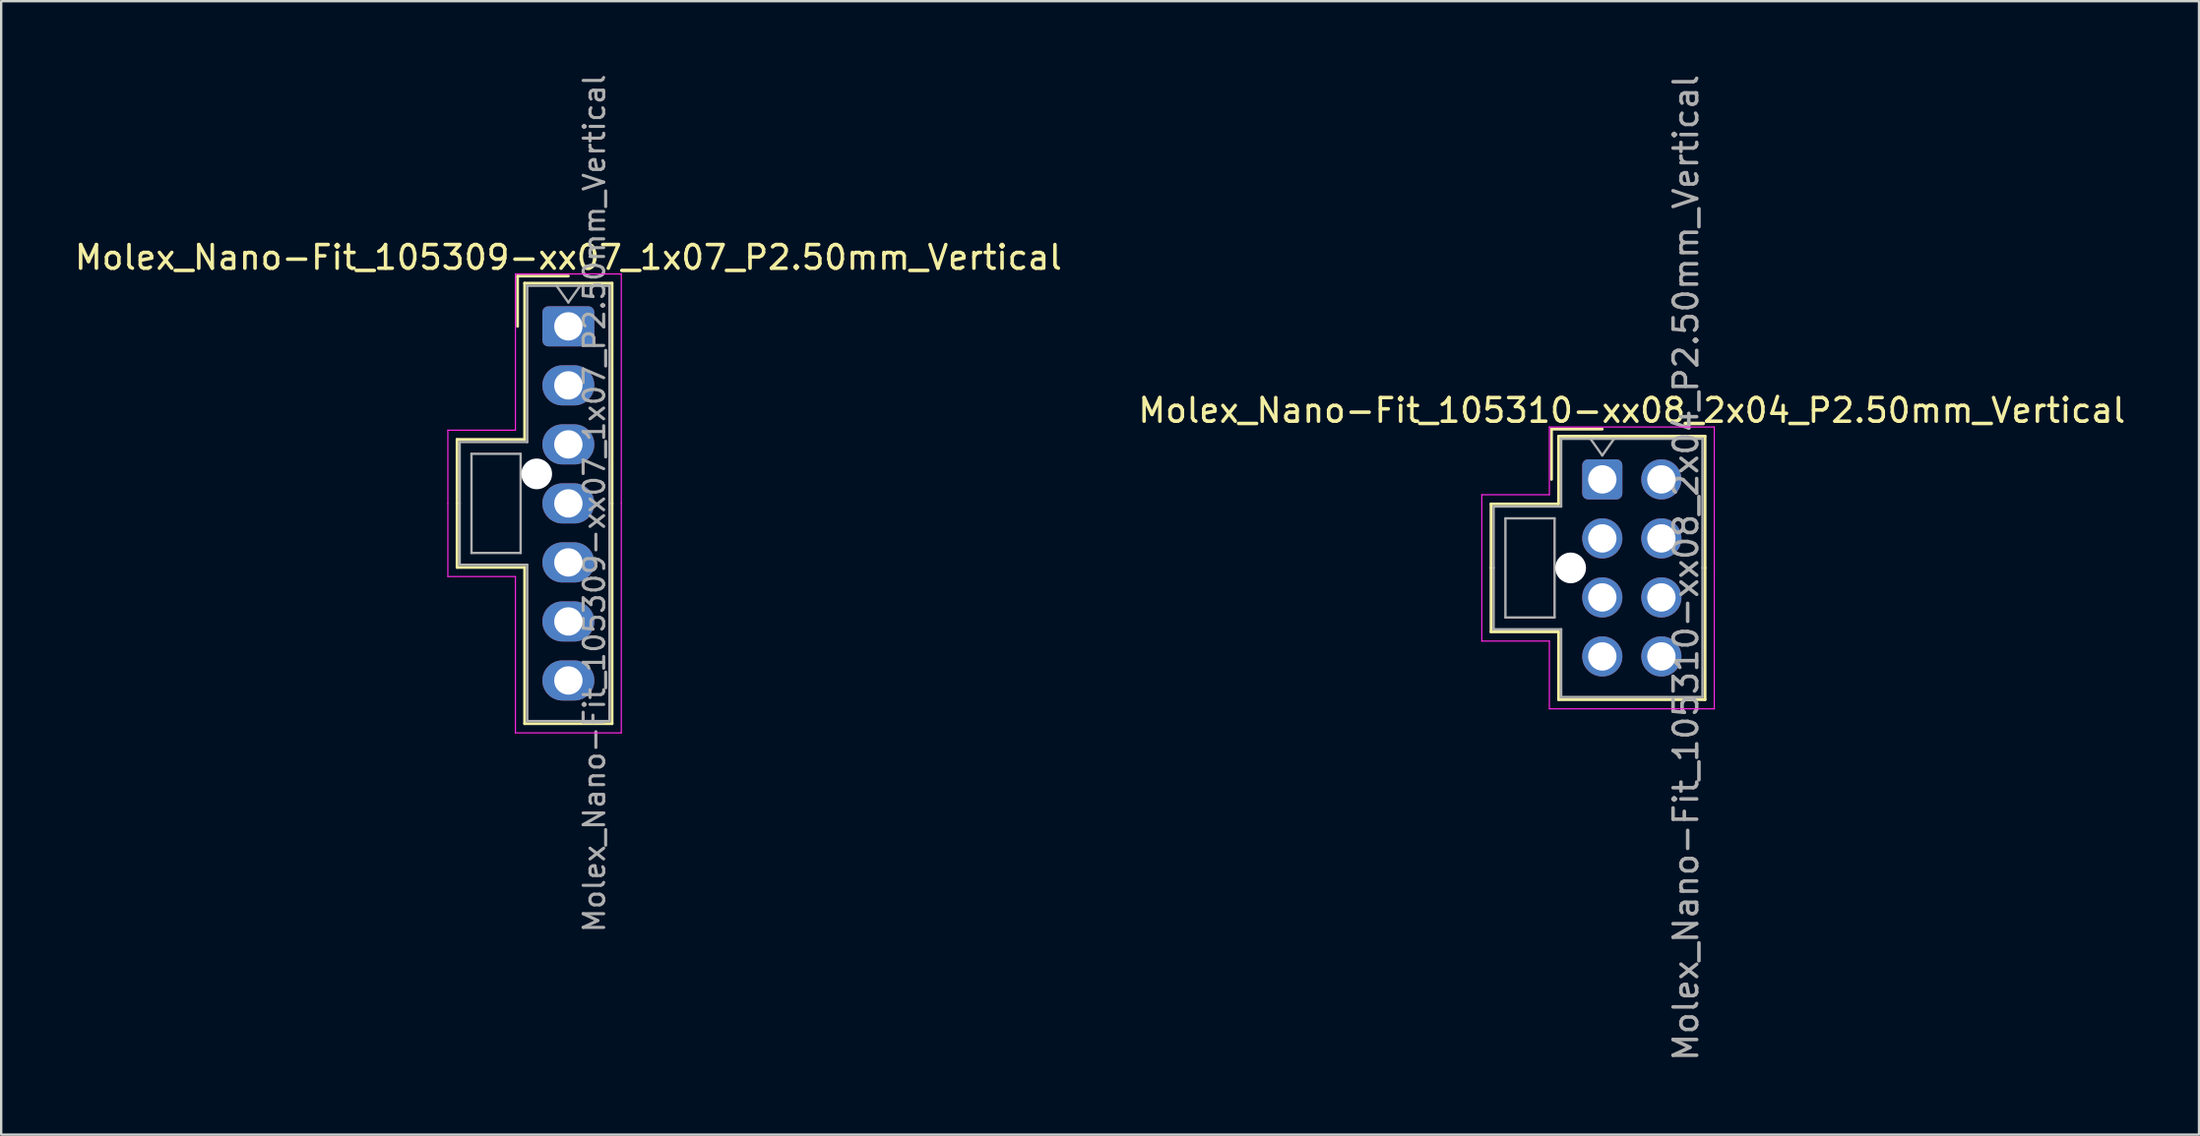
<source format=kicad_pcb>
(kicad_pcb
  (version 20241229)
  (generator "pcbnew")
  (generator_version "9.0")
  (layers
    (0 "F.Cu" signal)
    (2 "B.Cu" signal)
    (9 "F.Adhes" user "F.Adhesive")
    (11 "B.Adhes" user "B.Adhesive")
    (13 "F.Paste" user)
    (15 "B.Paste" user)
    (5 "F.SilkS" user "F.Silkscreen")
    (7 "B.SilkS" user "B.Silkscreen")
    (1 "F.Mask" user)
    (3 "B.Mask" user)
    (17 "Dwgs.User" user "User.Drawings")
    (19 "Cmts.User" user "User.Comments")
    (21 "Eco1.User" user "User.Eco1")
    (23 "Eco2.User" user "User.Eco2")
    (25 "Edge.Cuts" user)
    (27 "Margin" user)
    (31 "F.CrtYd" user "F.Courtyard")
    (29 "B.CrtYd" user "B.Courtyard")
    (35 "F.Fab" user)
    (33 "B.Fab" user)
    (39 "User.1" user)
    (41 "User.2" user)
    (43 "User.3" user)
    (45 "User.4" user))
  (footprint "Molex_Nano-Fit_105309-xx07_1x07_P2.50mm_Vertical"
    (layer "F.Cu")
    (at 21.006 10.774)
    (property "Reference" "Molex_Nano-Fit_105309-xx07_1x07_P2.50mm_Vertical" (at 0 -2.92 0) (layer "F.SilkS") (effects (font (size 1 1) (thickness 0.15))))
    (attr through_hole)
    (fp_line (start -4.71 4.79) (end -4.71 7.5) (stroke (width 0.12) (type solid)) (layer "F.SilkS"))
    (fp_line (start -4.71 10.21) (end -4.71 7.5) (stroke (width 0.12) (type solid)) (layer "F.SilkS"))
    (fp_line (start -2.15 -2.13) (end -2.15 0) (stroke (width 0.12) (type solid)) (layer "F.SilkS"))
    (fp_line (start -1.85 -1.83) (end -1.85 4.79) (stroke (width 0.12) (type solid)) (layer "F.SilkS"))
    (fp_line (start -1.85 4.79) (end -4.71 4.79) (stroke (width 0.12) (type solid)) (layer "F.SilkS"))
    (fp_line (start -1.85 10.21) (end -4.71 10.21) (stroke (width 0.12) (type solid)) (layer "F.SilkS"))
    (fp_line (start -1.85 16.83) (end -1.85 10.21) (stroke (width 0.12) (type solid)) (layer "F.SilkS"))
    (fp_line (start 0 -2.13) (end -2.15 -2.13) (stroke (width 0.12) (type solid)) (layer "F.SilkS"))
    (fp_line (start 1.85 -1.83) (end -1.85 -1.83) (stroke (width 0.12) (type solid)) (layer "F.SilkS"))
    (fp_line (start 1.85 7.5) (end 1.85 -1.83) (stroke (width 0.12) (type solid)) (layer "F.SilkS"))
    (fp_line (start 1.85 7.5) (end 1.85 16.83) (stroke (width 0.12) (type solid)) (layer "F.SilkS"))
    (fp_line (start 1.85 16.83) (end -1.85 16.83) (stroke (width 0.12) (type solid)) (layer "F.SilkS"))
    (fp_line (start -5.1 4.4) (end -5.1 7.5) (stroke (width 0.05) (type solid)) (layer "F.CrtYd"))
    (fp_line (start -5.1 10.6) (end -5.1 7.5) (stroke (width 0.05) (type solid)) (layer "F.CrtYd"))
    (fp_line (start -2.24 -2.22) (end -2.24 4.4) (stroke (width 0.05) (type solid)) (layer "F.CrtYd"))
    (fp_line (start -2.24 4.4) (end -5.1 4.4) (stroke (width 0.05) (type solid)) (layer "F.CrtYd"))
    (fp_line (start -2.24 10.6) (end -5.1 10.6) (stroke (width 0.05) (type solid)) (layer "F.CrtYd"))
    (fp_line (start -2.24 17.22) (end -2.24 10.6) (stroke (width 0.05) (type solid)) (layer "F.CrtYd"))
    (fp_line (start 2.24 -2.22) (end -2.24 -2.22) (stroke (width 0.05) (type solid)) (layer "F.CrtYd"))
    (fp_line (start 2.24 7.5) (end 2.24 -2.22) (stroke (width 0.05) (type solid)) (layer "F.CrtYd"))
    (fp_line (start 2.24 7.5) (end 2.24 17.22) (stroke (width 0.05) (type solid)) (layer "F.CrtYd"))
    (fp_line (start 2.24 17.22) (end -2.24 17.22) (stroke (width 0.05) (type solid)) (layer "F.CrtYd"))
    (fp_line (start -4.6 4.9) (end -4.6 7.5) (stroke (width 0.1) (type solid)) (layer "F.Fab"))
    (fp_line (start -4.6 10.1) (end -4.6 7.5) (stroke (width 0.1) (type solid)) (layer "F.Fab"))
    (fp_line (start -4.1 5.4) (end -4.1 9.6) (stroke (width 0.1) (type solid)) (layer "F.Fab"))
    (fp_line (start -4.1 9.6) (end -2.02 9.6) (stroke (width 0.1) (type solid)) (layer "F.Fab"))
    (fp_line (start -2.02 5.4) (end -4.1 5.4) (stroke (width 0.1) (type solid)) (layer "F.Fab"))
    (fp_line (start -2.02 9.6) (end -2.02 5.4) (stroke (width 0.1) (type solid)) (layer "F.Fab"))
    (fp_line (start -1.74 -1.72) (end -1.74 4.9) (stroke (width 0.1) (type solid)) (layer "F.Fab"))
    (fp_line (start -1.74 4.9) (end -4.6 4.9) (stroke (width 0.1) (type solid)) (layer "F.Fab"))
    (fp_line (start -1.74 10.1) (end -4.6 10.1) (stroke (width 0.1) (type solid)) (layer "F.Fab"))
    (fp_line (start -1.74 16.72) (end -1.74 10.1) (stroke (width 0.1) (type solid)) (layer "F.Fab"))
    (fp_line (start -0.5 -1.72) (end 0 -1.013) (stroke (width 0.1) (type solid)) (layer "F.Fab"))
    (fp_line (start 0 -1.013) (end 0.5 -1.72) (stroke (width 0.1) (type solid)) (layer "F.Fab"))
    (fp_line (start 1.74 -1.72) (end -1.74 -1.72) (stroke (width 0.1) (type solid)) (layer "F.Fab"))
    (fp_line (start 1.74 7.5) (end 1.74 -1.72) (stroke (width 0.1) (type solid)) (layer "F.Fab"))
    (fp_line (start 1.74 7.5) (end 1.74 16.72) (stroke (width 0.1) (type solid)) (layer "F.Fab"))
    (fp_line (start 1.74 16.72) (end -1.74 16.72) (stroke (width 0.1) (type solid)) (layer "F.Fab"))
    (fp_text user "${REFERENCE}" (at 1.1 7.5 90) (layer "F.Fab") (effects (font (size 0.87 0.87) (thickness 0.13))))
    (pad "" np_thru_hole circle (at -1.34 6.25) (size 1.3 1.3) (drill 1.3) (layers "*.Cu" "*.Mask"))
    (pad "1" thru_hole roundrect (at 0 0) (size 2.2 1.7) (drill 1.2) (layers "*.Cu" "*.Mask") (roundrect_rratio 0.147))
    (pad "2" thru_hole oval (at 0 2.5) (size 2.2 1.7) (drill 1.2) (layers "*.Cu" "*.Mask"))
    (pad "3" thru_hole oval (at 0 5) (size 2.2 1.7) (drill 1.2) (layers "*.Cu" "*.Mask"))
    (pad "4" thru_hole oval (at 0 7.5) (size 2.2 1.7) (drill 1.2) (layers "*.Cu" "*.Mask"))
    (pad "5" thru_hole oval (at 0 10) (size 2.2 1.7) (drill 1.2) (layers "*.Cu" "*.Mask"))
    (pad "6" thru_hole oval (at 0 12.5) (size 2.2 1.7) (drill 1.2) (layers "*.Cu" "*.Mask"))
    (pad "7" thru_hole oval (at 0 15) (size 2.2 1.7) (drill 1.2) (layers "*.Cu" "*.Mask")))
  (footprint "Molex_Nano-Fit_105310-xx08_2x04_P2.50mm_Vertical"
    (layer "F.Cu")
    (at 64.768 17.256)
    (property "Reference" "Molex_Nano-Fit_105310-xx08_2x04_P2.50mm_Vertical" (at 1.25 -2.92 0) (layer "F.SilkS") (effects (font (size 1 1) (thickness 0.15))))
    (attr through_hole)
    (fp_line (start -4.71 1.04) (end -4.71 3.75) (stroke (width 0.12) (type solid)) (layer "F.SilkS"))
    (fp_line (start -4.71 6.46) (end -4.71 3.75) (stroke (width 0.12) (type solid)) (layer "F.SilkS"))
    (fp_line (start -2.15 -2.13) (end -2.15 0) (stroke (width 0.12) (type solid)) (layer "F.SilkS"))
    (fp_line (start -1.85 -1.83) (end -1.85 1.04) (stroke (width 0.12) (type solid)) (layer "F.SilkS"))
    (fp_line (start -1.85 1.04) (end -4.71 1.04) (stroke (width 0.12) (type solid)) (layer "F.SilkS"))
    (fp_line (start -1.85 6.46) (end -4.71 6.46) (stroke (width 0.12) (type solid)) (layer "F.SilkS"))
    (fp_line (start -1.85 9.33) (end -1.85 6.46) (stroke (width 0.12) (type solid)) (layer "F.SilkS"))
    (fp_line (start 0 -2.13) (end -2.15 -2.13) (stroke (width 0.12) (type solid)) (layer "F.SilkS"))
    (fp_line (start 4.35 -1.83) (end -1.85 -1.83) (stroke (width 0.12) (type solid)) (layer "F.SilkS"))
    (fp_line (start 4.35 3.75) (end 4.35 -1.83) (stroke (width 0.12) (type solid)) (layer "F.SilkS"))
    (fp_line (start 4.35 3.75) (end 4.35 9.33) (stroke (width 0.12) (type solid)) (layer "F.SilkS"))
    (fp_line (start 4.35 9.33) (end -1.85 9.33) (stroke (width 0.12) (type solid)) (layer "F.SilkS"))
    (fp_line (start -5.1 0.65) (end -5.1 3.75) (stroke (width 0.05) (type solid)) (layer "F.CrtYd"))
    (fp_line (start -5.1 6.85) (end -5.1 3.75) (stroke (width 0.05) (type solid)) (layer "F.CrtYd"))
    (fp_line (start -2.24 -2.22) (end -2.24 0.65) (stroke (width 0.05) (type solid)) (layer "F.CrtYd"))
    (fp_line (start -2.24 0.65) (end -5.1 0.65) (stroke (width 0.05) (type solid)) (layer "F.CrtYd"))
    (fp_line (start -2.24 6.85) (end -5.1 6.85) (stroke (width 0.05) (type solid)) (layer "F.CrtYd"))
    (fp_line (start -2.24 9.72) (end -2.24 6.85) (stroke (width 0.05) (type solid)) (layer "F.CrtYd"))
    (fp_line (start 4.74 -2.22) (end -2.24 -2.22) (stroke (width 0.05) (type solid)) (layer "F.CrtYd"))
    (fp_line (start 4.74 3.75) (end 4.74 -2.22) (stroke (width 0.05) (type solid)) (layer "F.CrtYd"))
    (fp_line (start 4.74 3.75) (end 4.74 9.72) (stroke (width 0.05) (type solid)) (layer "F.CrtYd"))
    (fp_line (start 4.74 9.72) (end -2.24 9.72) (stroke (width 0.05) (type solid)) (layer "F.CrtYd"))
    (fp_line (start -4.6 1.15) (end -4.6 3.75) (stroke (width 0.1) (type solid)) (layer "F.Fab"))
    (fp_line (start -4.6 6.35) (end -4.6 3.75) (stroke (width 0.1) (type solid)) (layer "F.Fab"))
    (fp_line (start -4.1 1.65) (end -4.1 5.85) (stroke (width 0.1) (type solid)) (layer "F.Fab"))
    (fp_line (start -4.1 5.85) (end -2.02 5.85) (stroke (width 0.1) (type solid)) (layer "F.Fab"))
    (fp_line (start -2.02 1.65) (end -4.1 1.65) (stroke (width 0.1) (type solid)) (layer "F.Fab"))
    (fp_line (start -2.02 5.85) (end -2.02 1.65) (stroke (width 0.1) (type solid)) (layer "F.Fab"))
    (fp_line (start -1.74 -1.72) (end -1.74 1.15) (stroke (width 0.1) (type solid)) (layer "F.Fab"))
    (fp_line (start -1.74 1.15) (end -4.6 1.15) (stroke (width 0.1) (type solid)) (layer "F.Fab"))
    (fp_line (start -1.74 6.35) (end -4.6 6.35) (stroke (width 0.1) (type solid)) (layer "F.Fab"))
    (fp_line (start -1.74 9.22) (end -1.74 6.35) (stroke (width 0.1) (type solid)) (layer "F.Fab"))
    (fp_line (start -0.5 -1.72) (end 0 -1.013) (stroke (width 0.1) (type solid)) (layer "F.Fab"))
    (fp_line (start 0 -1.013) (end 0.5 -1.72) (stroke (width 0.1) (type solid)) (layer "F.Fab"))
    (fp_line (start 4.24 -1.72) (end -1.74 -1.72) (stroke (width 0.1) (type solid)) (layer "F.Fab"))
    (fp_line (start 4.24 3.75) (end 4.24 -1.72) (stroke (width 0.1) (type solid)) (layer "F.Fab"))
    (fp_line (start 4.24 3.75) (end 4.24 9.22) (stroke (width 0.1) (type solid)) (layer "F.Fab"))
    (fp_line (start 4.24 9.22) (end -1.74 9.22) (stroke (width 0.1) (type solid)) (layer "F.Fab"))
    (fp_text user "${REFERENCE}" (at 3.54 3.75 90) (layer "F.Fab") (effects (font (size 1 1) (thickness 0.15))))
    (pad "" np_thru_hole circle (at -1.34 3.75) (size 1.3 1.3) (drill 1.3) (layers "*.Cu" "*.Mask"))
    (pad "1" thru_hole roundrect (at 0 0) (size 1.7 1.7) (drill 1.2) (layers "*.Cu" "*.Mask") (roundrect_rratio 0.147))
    (pad "2" thru_hole circle (at 0 2.5) (size 1.7 1.7) (drill 1.2) (layers "*.Cu" "*.Mask"))
    (pad "3" thru_hole circle (at 0 5) (size 1.7 1.7) (drill 1.2) (layers "*.Cu" "*.Mask"))
    (pad "4" thru_hole circle (at 0 7.5) (size 1.7 1.7) (drill 1.2) (layers "*.Cu" "*.Mask"))
    (pad "5" thru_hole circle (at 2.5 0) (size 1.7 1.7) (drill 1.2) (layers "*.Cu" "*.Mask"))
    (pad "6" thru_hole circle (at 2.5 2.5) (size 1.7 1.7) (drill 1.2) (layers "*.Cu" "*.Mask"))
    (pad "7" thru_hole circle (at 2.5 5) (size 1.7 1.7) (drill 1.2) (layers "*.Cu" "*.Mask"))
    (pad "8" thru_hole circle (at 2.5 7.5) (size 1.7 1.7) (drill 1.2) (layers "*.Cu" "*.Mask")))
  (gr_rect
    (start -3 -3)
    (end 90.024 45.012)
    (stroke (width 0.1) (type default))
    (fill no)
    (layer "Edge.Cuts")))
</source>
